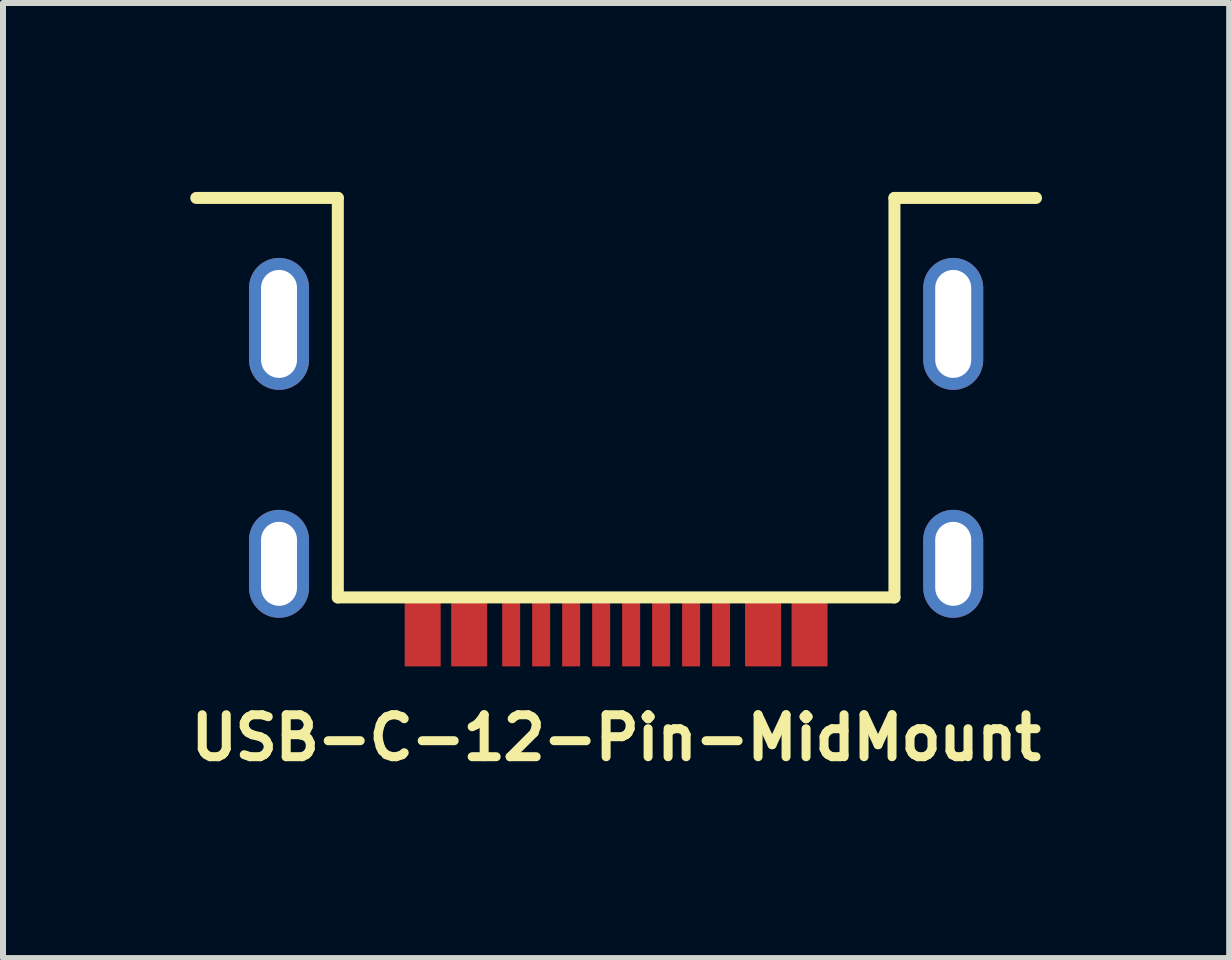
<source format=kicad_pcb>
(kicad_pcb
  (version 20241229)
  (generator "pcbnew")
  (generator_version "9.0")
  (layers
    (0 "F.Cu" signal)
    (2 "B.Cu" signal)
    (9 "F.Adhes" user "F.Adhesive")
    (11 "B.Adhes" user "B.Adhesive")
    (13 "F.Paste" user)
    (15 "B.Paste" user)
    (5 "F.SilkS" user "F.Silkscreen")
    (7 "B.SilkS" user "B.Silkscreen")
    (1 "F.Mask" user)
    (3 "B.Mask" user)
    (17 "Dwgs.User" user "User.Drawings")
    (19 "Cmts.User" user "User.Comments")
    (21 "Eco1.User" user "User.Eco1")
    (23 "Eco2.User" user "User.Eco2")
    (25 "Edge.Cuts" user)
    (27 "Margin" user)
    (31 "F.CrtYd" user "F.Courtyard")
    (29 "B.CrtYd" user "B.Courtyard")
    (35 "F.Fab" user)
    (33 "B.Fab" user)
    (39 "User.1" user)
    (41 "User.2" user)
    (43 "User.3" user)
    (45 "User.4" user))
  (footprint "USB-C-12-Pin-MidMount"
    (layer "F.Cu")
    (at 7.222 0.25)
    (property "Reference" "USB-C-12-Pin-MidMount" (at 0 9 0) (layer "F.SilkS") (effects (font (size 0.7 0.7) (thickness 0.15))))
    (attr through_hole)
    (fp_line (start -7 0) (end -4.64 0) (stroke (width 0.2) (type solid)) (layer "F.SilkS"))
    (fp_line (start -4.64 6.66) (end -4.64 0) (stroke (width 0.2) (type solid)) (layer "F.SilkS"))
    (fp_line (start -4.64 6.66) (end 4.64 6.66) (stroke (width 0.2) (type solid)) (layer "F.SilkS"))
    (fp_line (start 4.64 6.66) (end 4.64 0) (stroke (width 0.2) (type solid)) (layer "F.SilkS"))
    (fp_line (start 7 0) (end 4.64 0) (stroke (width 0.2) (type solid)) (layer "F.SilkS"))
    (pad "A1" smd rect (at -3.225 7.235) (size 0.6 1.15) (layers "F.Cu" "F.Mask" "F.Paste"))
    (pad "A1" smd rect (at 3.225 7.235) (size 0.6 1.15) (layers "F.Cu" "F.Mask" "F.Paste"))
    (pad "A4" smd rect (at -2.45 7.235) (size 0.6 1.15) (layers "F.Cu" "F.Mask" "F.Paste"))
    (pad "A4" smd rect (at 2.45 7.235) (size 0.6 1.15) (layers "F.Cu" "F.Mask" "F.Paste"))
    (pad "A5" smd rect (at 1.25 7.235) (size 0.3 1.15) (layers "F.Cu" "F.Mask" "F.Paste"))
    (pad "A6" smd rect (at 0.25 7.235) (size 0.3 1.15) (layers "F.Cu" "F.Mask" "F.Paste"))
    (pad "A7" smd rect (at -0.25 7.235) (size 0.3 1.15) (layers "F.Cu" "F.Mask" "F.Paste"))
    (pad "A8" smd rect (at -1.25 7.235) (size 0.3 1.15) (layers "F.Cu" "F.Mask" "F.Paste"))
    (pad "B5" smd rect (at -1.75 7.235) (size 0.3 1.15) (layers "F.Cu" "F.Mask" "F.Paste"))
    (pad "B6" smd rect (at -0.75 7.235) (size 0.3 1.15) (layers "F.Cu" "F.Mask" "F.Paste"))
    (pad "B7" smd rect (at 0.75 7.235) (size 0.3 1.15) (layers "F.Cu" "F.Mask" "F.Paste"))
    (pad "B8" smd rect (at 1.75 7.235) (size 0.3 1.15) (layers "F.Cu" "F.Mask" "F.Paste"))
    (pad "S1" thru_hole oval (at -5.62 2.1) (size 1 2.2) (drill oval 0.6 1.8) (layers "*.Cu" "*.Mask"))
    (pad "S1" thru_hole oval (at -5.62 6.1) (size 1 1.8) (drill oval 0.6 1.4) (layers "*.Cu" "*.Mask"))
    (pad "S1" thru_hole oval (at 5.62 2.1) (size 1 2.2) (drill oval 0.6 1.8) (layers "*.Cu" "*.Mask"))
    (pad "S1" thru_hole oval (at 5.62 6.1) (size 1 1.8) (drill oval 0.6 1.4) (layers "*.Cu" "*.Mask")))
  (gr_rect
    (start -3 -3)
    (end 17.443 12.923)
    (stroke (width 0.1) (type default))
    (fill no)
    (layer "Edge.Cuts")))
</source>
